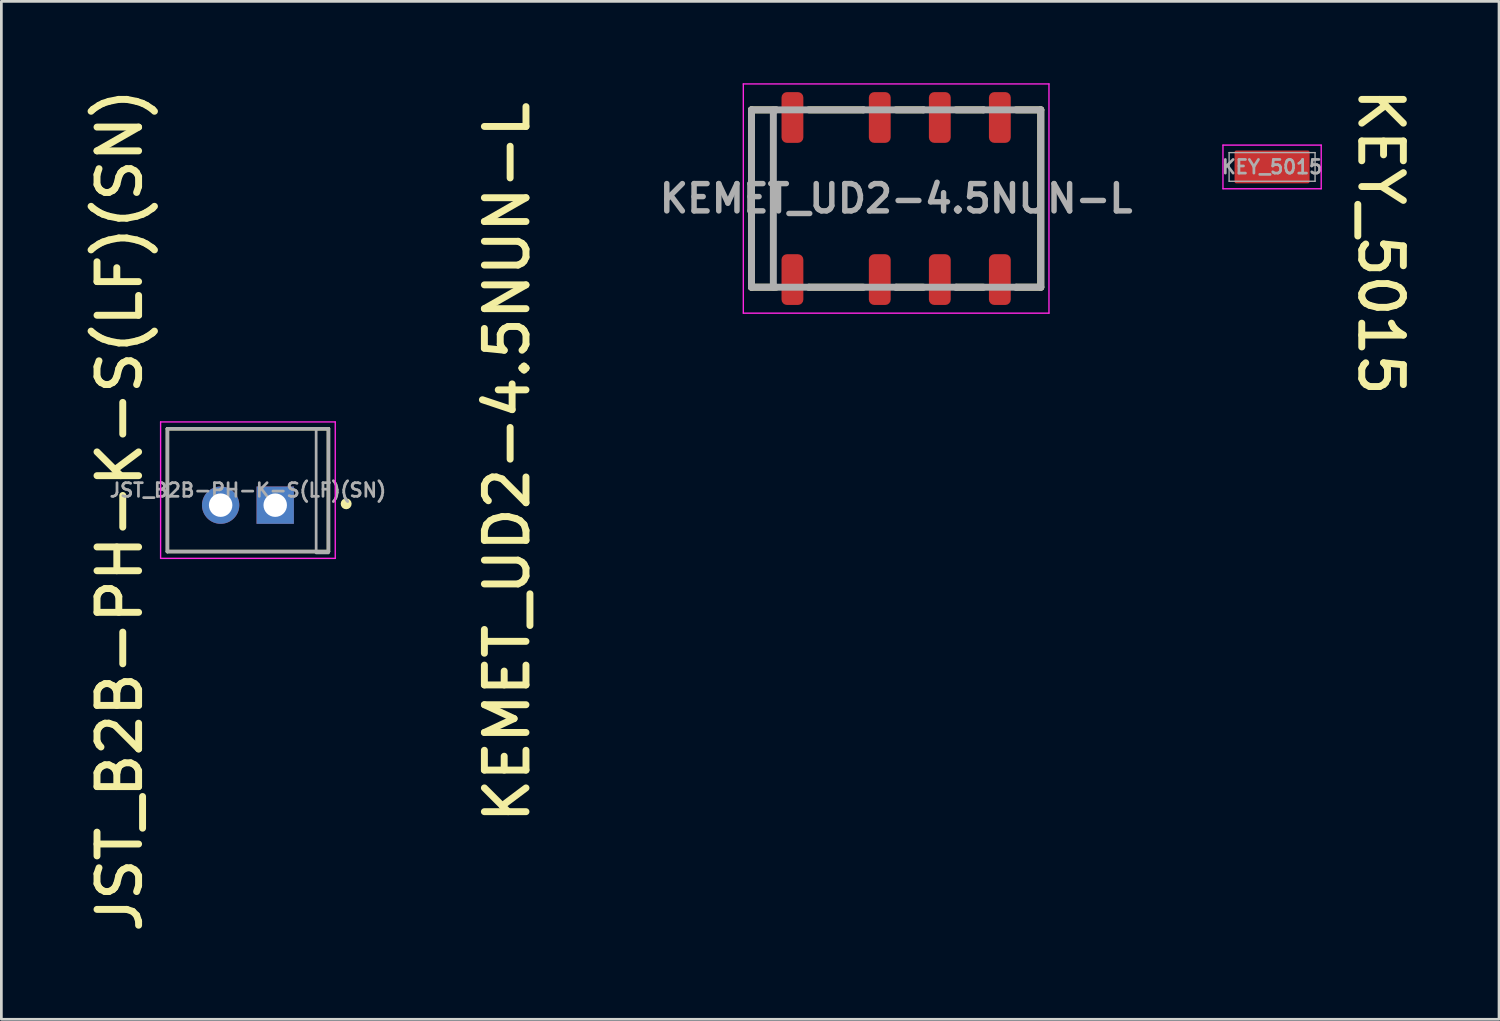
<source format=kicad_pcb>
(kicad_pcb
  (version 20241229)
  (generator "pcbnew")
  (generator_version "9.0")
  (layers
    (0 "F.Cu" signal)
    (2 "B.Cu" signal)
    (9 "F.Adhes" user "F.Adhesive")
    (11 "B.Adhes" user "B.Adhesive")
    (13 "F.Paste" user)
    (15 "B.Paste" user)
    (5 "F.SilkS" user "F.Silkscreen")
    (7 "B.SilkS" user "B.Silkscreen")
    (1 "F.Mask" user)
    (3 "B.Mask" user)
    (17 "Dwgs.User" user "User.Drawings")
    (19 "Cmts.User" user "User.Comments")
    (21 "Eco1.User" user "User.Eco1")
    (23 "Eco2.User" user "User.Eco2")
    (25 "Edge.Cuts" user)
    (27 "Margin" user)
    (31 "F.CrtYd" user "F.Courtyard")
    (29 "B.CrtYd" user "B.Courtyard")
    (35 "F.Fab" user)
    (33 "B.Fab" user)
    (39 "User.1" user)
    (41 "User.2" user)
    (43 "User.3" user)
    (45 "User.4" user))
  (footprint "KEY_5015"
    (layer "F.Cu")
    (at 43.564 3.067)
    (property "Reference" "KEY_5015" (at 3.978 2.75 270) (unlocked yes) (layer "F.SilkS") (effects (font (size 1.524 1.524) (thickness 0.254))))
    (fp_line (start -1.8 -0.8) (end 1.8 -0.8) (stroke (width 0.05) (type solid)) (layer "F.CrtYd"))
    (fp_line (start -1.8 0.8) (end -1.8 -0.8) (stroke (width 0.05) (type solid)) (layer "F.CrtYd"))
    (fp_line (start -1.8 0.8) (end 1.8 0.8) (stroke (width 0.05) (type solid)) (layer "F.CrtYd"))
    (fp_line (start 1.8 0.8) (end 1.8 -0.8) (stroke (width 0.05) (type solid)) (layer "F.CrtYd"))
    (fp_line (start -1.575 -0.525) (end 1.575 -0.525) (stroke (width 0.05) (type solid)) (layer "F.Fab"))
    (fp_line (start -1.575 0.525) (end -1.575 -0.525) (stroke (width 0.05) (type solid)) (layer "F.Fab"))
    (fp_line (start -1.575 0.525) (end 1.575 0.525) (stroke (width 0.05) (type solid)) (layer "F.Fab"))
    (fp_line (start 1.575 0.525) (end 1.575 -0.525) (stroke (width 0.05) (type solid)) (layer "F.Fab"))
    (fp_text user "${REFERENCE}" (at 0 0 0) (unlocked yes) (layer "F.Fab") (effects (font (size 0.5 0.5) (thickness 0.1) (bold yes))))
    (pad "1" smd roundrect (at 0 0) (size 2.75 1.2) (layers "F.Cu" "F.Mask" "F.Paste") (roundrect_rratio 0.05)))
  (footprint "KEMET_UD2-4.5NUN-L"
    (layer "F.Cu")
    (at 29.788 4.225)
    (property "Reference" "KEMET_UD2-4.5NUN-L" (at -14.256 9.659 90) (unlocked yes) (layer "F.SilkS") (effects (font (size 1.524 1.524) (thickness 0.254))))
    (attr smd)
    (fp_line (start -5.3 3.25) (end -5.3 -3.25) (stroke (width 0.254) (type solid)) (layer "F.SilkS"))
    (fp_line (start -4.4 -3.25) (end -5.3 -3.25) (stroke (width 0.254) (type solid)) (layer "F.SilkS"))
    (fp_line (start -4.4 3.25) (end -5.3 3.25) (stroke (width 0.254) (type solid)) (layer "F.SilkS"))
    (fp_line (start -1.2 -3.25) (end -3.2 -3.25) (stroke (width 0.254) (type solid)) (layer "F.SilkS"))
    (fp_line (start -1.2 3.25) (end -3.2 3.25) (stroke (width 0.254) (type solid)) (layer "F.SilkS"))
    (fp_line (start 1 -3.25) (end 0 -3.25) (stroke (width 0.254) (type solid)) (layer "F.SilkS"))
    (fp_line (start 1 3.25) (end 0 3.25) (stroke (width 0.254) (type solid)) (layer "F.SilkS"))
    (fp_line (start 3.2 -3.25) (end 2.2 -3.25) (stroke (width 0.254) (type solid)) (layer "F.SilkS"))
    (fp_line (start 3.2 3.25) (end 2.2 3.25) (stroke (width 0.254) (type solid)) (layer "F.SilkS"))
    (fp_line (start 5.3 -3.25) (end 4.4 -3.25) (stroke (width 0.254) (type solid)) (layer "F.SilkS"))
    (fp_line (start 5.3 3.25) (end 4.4 3.25) (stroke (width 0.254) (type solid)) (layer "F.SilkS"))
    (fp_line (start 5.3 3.25) (end 5.3 -3.25) (stroke (width 0.254) (type solid)) (layer "F.SilkS"))
    (fp_line (start -5.6 4.2) (end -5.6 -4.2) (stroke (width 0.05) (type solid)) (layer "F.CrtYd"))
    (fp_line (start 5.6 -4.2) (end -5.6 -4.2) (stroke (width 0.05) (type solid)) (layer "F.CrtYd"))
    (fp_line (start 5.6 4.2) (end -5.6 4.2) (stroke (width 0.05) (type solid)) (layer "F.CrtYd"))
    (fp_line (start 5.6 4.2) (end 5.6 -4.2) (stroke (width 0.05) (type solid)) (layer "F.CrtYd"))
    (fp_line (start -5.3 3.25) (end -5.3 -3.25) (stroke (width 0.254) (type solid)) (layer "F.Fab"))
    (fp_line (start -4.5 3.25) (end -4.5 -3.25) (stroke (width 0.254) (type solid)) (layer "F.Fab"))
    (fp_line (start -4.4 -3.25) (end -5.3 -3.25) (stroke (width 0.254) (type solid)) (layer "F.Fab"))
    (fp_line (start -3.2 3.25) (end -5.3 3.25) (stroke (width 0.254) (type solid)) (layer "F.Fab"))
    (fp_line (start -1.2 -3.25) (end -4.4 -3.25) (stroke (width 0.254) (type solid)) (layer "F.Fab"))
    (fp_line (start 0 3.25) (end -3.2 3.25) (stroke (width 0.254) (type solid)) (layer "F.Fab"))
    (fp_line (start 1 -3.25) (end -1.2 -3.25) (stroke (width 0.254) (type solid)) (layer "F.Fab"))
    (fp_line (start 2.2 3.25) (end 0 3.25) (stroke (width 0.254) (type solid)) (layer "F.Fab"))
    (fp_line (start 3.2 -3.25) (end 1 -3.25) (stroke (width 0.254) (type solid)) (layer "F.Fab"))
    (fp_line (start 4.4 3.25) (end 2.2 3.25) (stroke (width 0.254) (type solid)) (layer "F.Fab"))
    (fp_line (start 5.3 -3.25) (end 3.2 -3.25) (stroke (width 0.254) (type solid)) (layer "F.Fab"))
    (fp_line (start 5.3 3.25) (end 4.4 3.25) (stroke (width 0.254) (type solid)) (layer "F.Fab"))
    (fp_line (start 5.3 3.25) (end 5.3 -3.25) (stroke (width 0.254) (type solid)) (layer "F.Fab"))
    (fp_text user "${REFERENCE}" (at 0 0 0) (unlocked yes) (layer "F.Fab") (effects (font (size 1 1) (thickness 0.2) (bold yes))))
    (pad "1" smd roundrect (at -3.8 2.97) (size 0.8 1.86) (layers "F.Cu" "F.Mask" "F.Paste") (roundrect_rratio 0.25))
    (pad "2" smd roundrect (at -0.6 2.97) (size 0.8 1.86) (layers "F.Cu" "F.Mask" "F.Paste") (roundrect_rratio 0.25))
    (pad "3" smd roundrect (at 1.6 2.97) (size 0.8 1.86) (layers "F.Cu" "F.Mask" "F.Paste") (roundrect_rratio 0.25))
    (pad "4" smd roundrect (at 3.8 2.97) (size 0.8 1.86) (layers "F.Cu" "F.Mask" "F.Paste") (roundrect_rratio 0.25))
    (pad "5" smd roundrect (at 3.8 -2.97) (size 0.8 1.86) (layers "F.Cu" "F.Mask" "F.Paste") (roundrect_rratio 0.25))
    (pad "6" smd roundrect (at 1.6 -2.97) (size 0.8 1.86) (layers "F.Cu" "F.Mask" "F.Paste") (roundrect_rratio 0.25))
    (pad "7" smd roundrect (at -0.6 -2.97) (size 0.8 1.86) (layers "F.Cu" "F.Mask" "F.Paste") (roundrect_rratio 0.25))
    (pad "8" smd roundrect (at -3.8 -2.97) (size 0.8 1.86) (layers "F.Cu" "F.Mask" "F.Paste") (roundrect_rratio 0.25)))
  (footprint "JST_B2B-PH-K-S(LF)(SN)"
    (layer "F.Cu")
    (at 6.035 14.911)
    (property "Reference" "JST_B2B-PH-K-S(LF)(SN)" (at -4.698 0.739 90) (unlocked yes) (layer "F.SilkS") (effects (font (size 1.524 1.524) (thickness 0.254))))
    (attr through_hole)
    (fp_line (start -2.95 2.25) (end -2.95 -2.25) (stroke (width 0.127) (type solid)) (layer "F.SilkS"))
    (fp_line (start 2.95 -2.25) (end -2.95 -2.25) (stroke (width 0.127) (type solid)) (layer "F.SilkS"))
    (fp_line (start 2.95 2.25) (end -2.95 2.25) (stroke (width 0.127) (type solid)) (layer "F.SilkS"))
    (fp_line (start 2.95 2.25) (end 2.95 -2.25) (stroke (width 0.127) (type solid)) (layer "F.SilkS"))
    (fp_circle (center 3.6 0.5) (end 3.5 0.5) (stroke (width 0.2) (type solid)) (fill no) (layer "F.SilkS"))
    (fp_line (start -3.2 2.5) (end -3.2 -2.5) (stroke (width 0.05) (type solid)) (layer "F.CrtYd"))
    (fp_line (start 3.2 -2.5) (end -3.2 -2.5) (stroke (width 0.05) (type solid)) (layer "F.CrtYd"))
    (fp_line (start 3.2 2.5) (end -3.2 2.5) (stroke (width 0.05) (type solid)) (layer "F.CrtYd"))
    (fp_line (start 3.2 2.5) (end 3.2 -2.5) (stroke (width 0.05) (type solid)) (layer "F.CrtYd"))
    (fp_line (start -2.95 2.25) (end -2.95 -2.25) (stroke (width 0.127) (type solid)) (layer "F.Fab"))
    (fp_line (start 2.95 -2.25) (end -2.95 -2.25) (stroke (width 0.127) (type solid)) (layer "F.Fab"))
    (fp_line (start 2.95 2.25) (end -2.95 2.25) (stroke (width 0.127) (type solid)) (layer "F.Fab"))
    (fp_line (start 2.95 2.25) (end 2.95 -2.25) (stroke (width 0.127) (type solid)) (layer "F.Fab"))
    (fp_rect (start 2.5 2.3) (end 2.95 -2.25) (stroke (width 0.1) (type default)) (fill no) (layer "F.Fab"))
    (fp_text user "${REFERENCE}" (at 0 0 0) (unlocked yes) (layer "F.Fab") (effects (font (size 0.5 0.5) (thickness 0.1) (bold yes))))
    (pad "1" thru_hole rect (at 1 0.55 180) (size 1.368 1.368) (drill 0.86) (layers "*.Cu" "*.Mask"))
    (pad "2" thru_hole circle (at -1 0.55 180) (size 1.368 1.368) (drill 0.86) (layers "*.Cu" "*.Mask")))
  (gr_rect
    (start -3 -3)
    (end 51.88 34.3)
    (stroke (width 0.1) (type default))
    (fill no)
    (layer "Edge.Cuts")))
</source>
